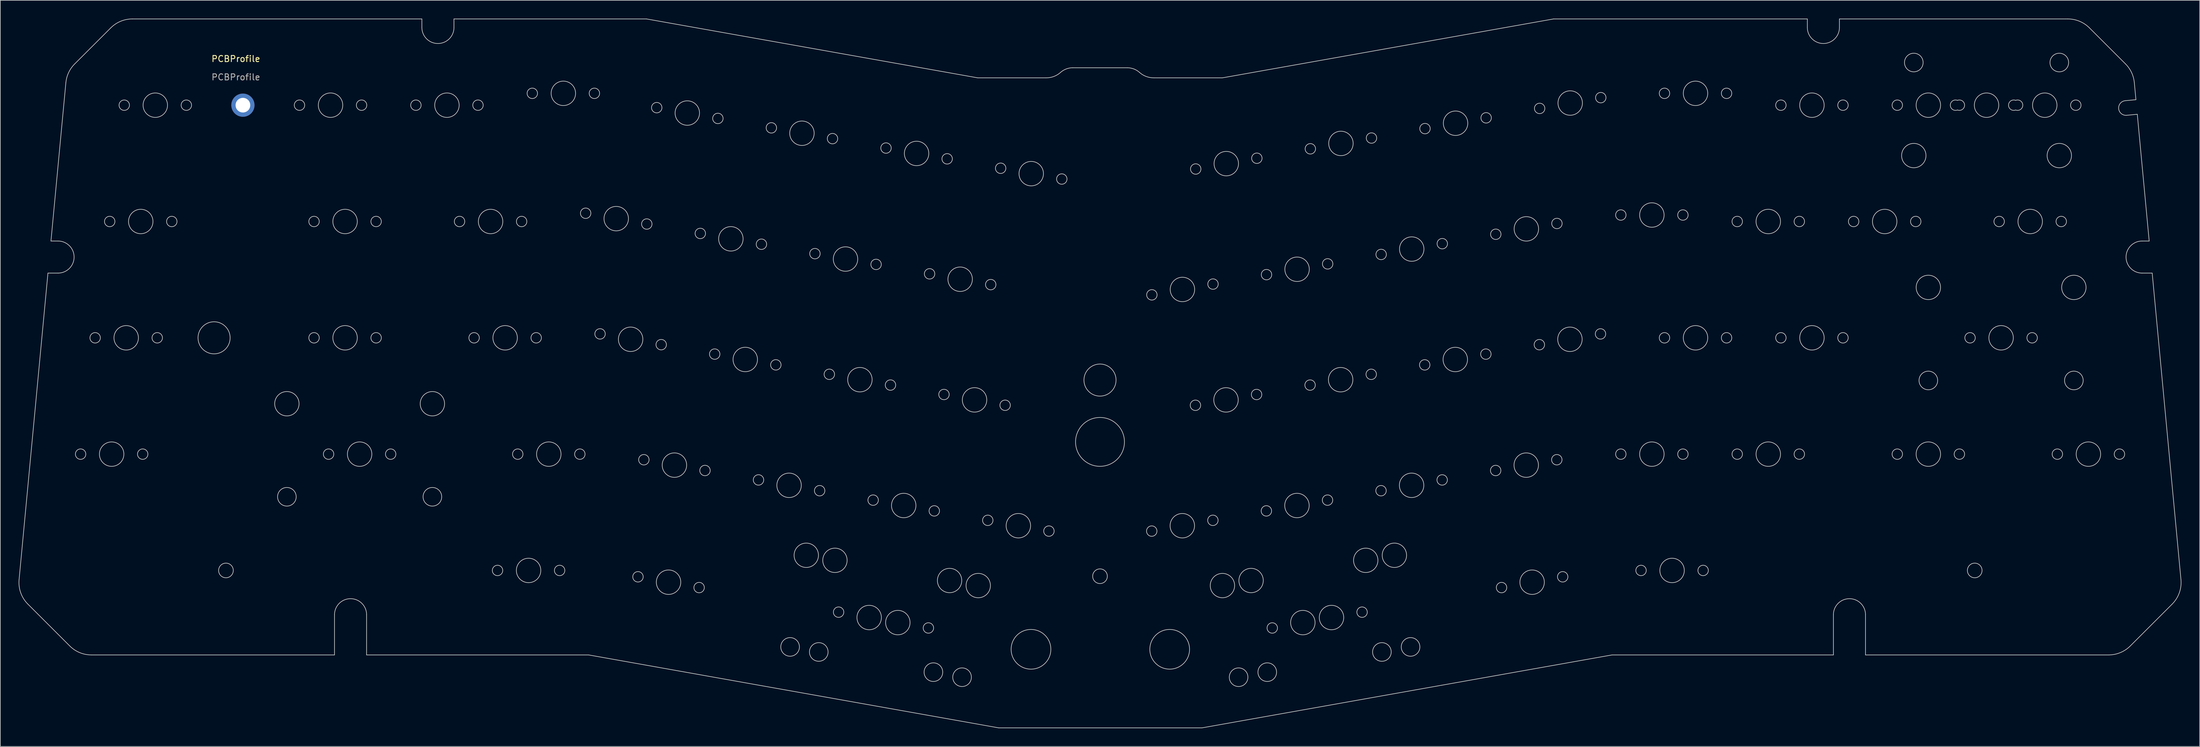
<source format=kicad_pcb>
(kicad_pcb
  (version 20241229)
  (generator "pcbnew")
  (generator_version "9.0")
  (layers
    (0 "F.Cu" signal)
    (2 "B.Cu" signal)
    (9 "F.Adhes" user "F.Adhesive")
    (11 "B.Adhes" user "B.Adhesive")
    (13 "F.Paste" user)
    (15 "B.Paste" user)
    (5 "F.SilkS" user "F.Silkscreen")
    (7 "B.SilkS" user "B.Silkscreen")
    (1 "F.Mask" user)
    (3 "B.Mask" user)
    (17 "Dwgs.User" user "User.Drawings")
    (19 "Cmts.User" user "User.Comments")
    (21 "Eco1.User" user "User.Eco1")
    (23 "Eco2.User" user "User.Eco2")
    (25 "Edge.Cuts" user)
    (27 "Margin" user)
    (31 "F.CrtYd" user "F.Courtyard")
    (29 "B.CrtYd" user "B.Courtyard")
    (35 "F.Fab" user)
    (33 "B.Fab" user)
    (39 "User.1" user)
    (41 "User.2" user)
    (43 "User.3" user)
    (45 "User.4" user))
  (footprint "PCBProfile"
    (layer "F.Cu")
    (at 36.702 14.175)
    (property "Reference" "PCBProfile" (at -1.157 -7.59 0) (unlocked yes) (layer "F.SilkS") (effects (font (size 1 1) (thickness 0.15))))
    (attr through_hole)
    (fp_line (start -35.187 81.717) (end -28.333 88.571) (stroke (width 0.1) (type solid)) (layer "Edge.Cuts"))
    (fp_line (start -31.906 27.5) (end -36.63 77.713) (stroke (width 0.1) (type solid)) (layer "Edge.Cuts"))
    (fp_line (start -31.412 22.25) (end -30.253 22.25) (stroke (width 0.1) (type solid)) (layer "Edge.Cuts"))
    (fp_line (start -30.253 27.5) (end -31.906 27.5) (stroke (width 0.1) (type solid)) (layer "Edge.Cuts"))
    (fp_line (start -28.972 -3.687) (end -31.412 22.25) (stroke (width 0.1) (type solid)) (layer "Edge.Cuts"))
    (fp_line (start -24.798 90.036) (end 14.989 90.036) (stroke (width 0.1) (type solid)) (layer "Edge.Cuts"))
    (fp_line (start -21.623 -12.661) (end -27.529 -6.754) (stroke (width 0.1) (type solid)) (layer "Edge.Cuts"))
    (fp_line (start 14.989 90.036) (end 14.989 83.45) (stroke (width 0.1) (type solid)) (layer "Edge.Cuts"))
    (fp_line (start 20.239 83.45) (end 20.239 90.036) (stroke (width 0.1) (type solid)) (layer "Edge.Cuts"))
    (fp_line (start 20.239 90.036) (end 56.573 90.036) (stroke (width 0.1) (type solid)) (layer "Edge.Cuts"))
    (fp_line (start 29.288 -14.125) (end -18.087 -14.125) (stroke (width 0.1) (type solid)) (layer "Edge.Cuts"))
    (fp_line (start 29.288 -12.725) (end 29.288 -14.125) (stroke (width 0.1) (type solid)) (layer "Edge.Cuts"))
    (fp_line (start 34.538 -14.125) (end 34.538 -12.725) (stroke (width 0.1) (type solid)) (layer "Edge.Cuts"))
    (fp_line (start 56.573 90.036) (end 123.69 101.982) (stroke (width 0.1) (type solid)) (layer "Edge.Cuts"))
    (fp_line (start 66.035 -14.125) (end 34.538 -14.125) (stroke (width 0.1) (type solid)) (layer "Edge.Cuts"))
    (fp_line (start 120.231 -4.478) (end 66.035 -14.125) (stroke (width 0.1) (type solid)) (layer "Edge.Cuts"))
    (fp_line (start 123.69 101.982) (end 156.935 101.982) (stroke (width 0.1) (type solid)) (layer "Edge.Cuts"))
    (fp_line (start 131.473 -4.478) (end 120.231 -4.478) (stroke (width 0.1) (type solid)) (layer "Edge.Cuts"))
    (fp_line (start 144.725 -6.128) (end 135.801 -6.128) (stroke (width 0.1) (type solid)) (layer "Edge.Cuts"))
    (fp_line (start 156.935 101.982) (end 224.052 90.036) (stroke (width 0.1) (type solid)) (layer "Edge.Cuts"))
    (fp_line (start 160.295 -4.478) (end 149.052 -4.478) (stroke (width 0.1) (type solid)) (layer "Edge.Cuts"))
    (fp_line (start 214.49 -14.125) (end 160.295 -4.478) (stroke (width 0.1) (type solid)) (layer "Edge.Cuts"))
    (fp_line (start 224.052 90.036) (end 260.277 90.036) (stroke (width 0.1) (type solid)) (layer "Edge.Cuts"))
    (fp_line (start 256.012 -14.125) (end 214.49 -14.125) (stroke (width 0.1) (type solid)) (layer "Edge.Cuts"))
    (fp_line (start 256.012 -12.725) (end 256.012 -14.125) (stroke (width 0.1) (type solid)) (layer "Edge.Cuts"))
    (fp_line (start 260.277 90.036) (end 260.277 83.45) (stroke (width 0.1) (type solid)) (layer "Edge.Cuts"))
    (fp_line (start 261.262 -14.125) (end 261.262 -12.725) (stroke (width 0.1) (type solid)) (layer "Edge.Cuts"))
    (fp_line (start 265.527 83.45) (end 265.527 90.036) (stroke (width 0.1) (type solid)) (layer "Edge.Cuts"))
    (fp_line (start 265.527 90.036) (end 305.319 90.036) (stroke (width 0.1) (type solid)) (layer "Edge.Cuts"))
    (fp_line (start 298.637 -14.125) (end 261.262 -14.125) (stroke (width 0.1) (type solid)) (layer "Edge.Cuts"))
    (fp_line (start 308.04 -0.735) (end 309.782 -0.898) (stroke (width 0.1) (type solid)) (layer "Edge.Cuts"))
    (fp_line (start 308.078 -6.755) (end 302.172 -12.661) (stroke (width 0.1) (type solid)) (layer "Edge.Cuts"))
    (fp_line (start 308.855 88.571) (end 315.709 81.716) (stroke (width 0.1) (type solid)) (layer "Edge.Cuts"))
    (fp_line (start 309.782 -0.898) (end 309.521 -3.686) (stroke (width 0.1) (type solid)) (layer "Edge.Cuts"))
    (fp_line (start 310.006 1.491) (end 308.264 1.655) (stroke (width 0.1) (type solid)) (layer "Edge.Cuts"))
    (fp_line (start 310.792 22.25) (end 311.952 22.25) (stroke (width 0.1) (type solid)) (layer "Edge.Cuts"))
    (fp_line (start 311.952 22.25) (end 310.006 1.491) (stroke (width 0.1) (type solid)) (layer "Edge.Cuts"))
    (fp_line (start 312.444 27.5) (end 310.792 27.5) (stroke (width 0.1) (type solid)) (layer "Edge.Cuts"))
    (fp_line (start 317.152 77.714) (end 312.444 27.5) (stroke (width 0.1) (type solid)) (layer "Edge.Cuts"))
    (fp_arc (start -35.187442 81.717178) (mid -36.355936 79.876376) (end -36.629926 77.713309) (stroke (width 0.1) (type solid)) (layer "Edge.Cuts"))
    (fp_arc (start -30.25268 22.25) (mid -27.62768 24.875) (end -30.25268 27.5) (stroke (width 0.1) (type solid)) (layer "Edge.Cuts"))
    (fp_arc (start -28.971748 -3.686812) (mid -28.518337 -5.346371) (end -27.529264 -6.754011) (stroke (width 0.1) (type solid)) (layer "Edge.Cuts"))
    (fp_arc (start -24.797953 90.035599) (mid -26.71137 89.654997) (end -28.333487 88.571133) (stroke (width 0.1) (type solid)) (layer "Edge.Cuts"))
    (fp_arc (start -21.622742 -12.660533) (mid -20.000625 -13.744397) (end -18.087208 -14.124999) (stroke (width 0.1) (type solid)) (layer "Edge.Cuts"))
    (fp_arc (start 14.989254 83.449999) (mid 17.614254 80.824999) (end 20.239254 83.449999) (stroke (width 0.1) (type solid)) (layer "Edge.Cuts"))
    (fp_arc (start 34.537791 -12.724999) (mid 31.912791 -10.099999) (end 29.287791 -12.724999) (stroke (width 0.1) (type solid)) (layer "Edge.Cuts"))
    (fp_arc (start 133.803192 -5.366731) (mid 134.731726 -5.931424) (end 135.800515 -6.128263) (stroke (width 0.1) (type solid)) (layer "Edge.Cuts"))
    (fp_arc (start 133.803192 -5.36673) (mid 132.719902 -4.707921) (end 131.472982 -4.478275) (stroke (width 0.1) (type solid)) (layer "Edge.Cuts"))
    (fp_arc (start 144.724878 -6.128236) (mid 145.793666 -5.931391) (end 146.722197 -5.366692) (stroke (width 0.1) (type solid)) (layer "Edge.Cuts"))
    (fp_arc (start 149.052402 -4.478224) (mid 147.805483 -4.707877) (end 146.722197 -5.366692) (stroke (width 0.1) (type solid)) (layer "Edge.Cuts"))
    (fp_arc (start 260.27745 83.45) (mid 262.90245 80.825) (end 265.52745 83.45) (stroke (width 0.1) (type solid)) (layer "Edge.Cuts"))
    (fp_arc (start 261.26165 -12.725) (mid 258.63665 -10.1) (end 256.01165 -12.725) (stroke (width 0.1) (type solid)) (layer "Edge.Cuts"))
    (fp_arc (start 280.57555 0.789445) (mid 279.407152 0) (end 280.575551 -0.789445) (stroke (width 0.1) (type solid)) (layer "Edge.Cuts"))
    (fp_arc (start 280.575552 -0.789445) (mid 281.74395 0) (end 280.575551 0.789445) (stroke (width 0.1) (type solid)) (layer "Edge.Cuts"))
    (fp_arc (start 290.10055 0.789445) (mid 288.932152 0) (end 290.100551 -0.789445) (stroke (width 0.1) (type solid)) (layer "Edge.Cuts"))
    (fp_arc (start 290.100552 -0.789445) (mid 291.26895 0) (end 290.100551 0.789445) (stroke (width 0.1) (type solid)) (layer "Edge.Cuts"))
    (fp_arc (start 298.636651 -14.124999) (mid 300.550068 -13.744396) (end 302.172184 -12.660533) (stroke (width 0.1) (type solid)) (layer "Edge.Cuts"))
    (fp_arc (start 308.077925 -6.754793) (mid 309.067345 -5.346416) (end 309.520562 -3.685972) (stroke (width 0.1) (type solid)) (layer "Edge.Cuts"))
    (fp_arc (start 308.263585 1.654673) (mid 306.956813 0.571925) (end 308.039561 -0.734847) (stroke (width 0.1) (type solid)) (layer "Edge.Cuts"))
    (fp_arc (start 308.854541 88.571133) (mid 307.232425 89.654996) (end 305.319008 90.035599) (stroke (width 0.1) (type solid)) (layer "Edge.Cuts"))
    (fp_arc (start 310.79207 27.499999) (mid 308.16707 24.874999) (end 310.79207 22.249999) (stroke (width 0.1) (type solid)) (layer "Edge.Cuts"))
    (fp_arc (start 317.151977 77.714087) (mid 316.877559 79.876298) (end 315.709341 81.716334) (stroke (width 0.1) (type solid)) (layer "Edge.Cuts"))
    (fp_circle (center -26.561 57.15) (end -27.412 57.15) (stroke (width 0.1) (type solid)) (fill no) (layer "Edge.Cuts"))
    (fp_circle (center -24.18 38.1) (end -25.031 38.1) (stroke (width 0.1) (type solid)) (fill no) (layer "Edge.Cuts"))
    (fp_circle (center -21.799 19.05) (end -22.65 19.05) (stroke (width 0.1) (type solid)) (fill no) (layer "Edge.Cuts"))
    (fp_circle (center -21.481 57.15) (end -23.481 57.15) (stroke (width 0.1) (type solid)) (fill no) (layer "Edge.Cuts"))
    (fp_circle (center -19.418 0) (end -20.268 0) (stroke (width 0.1) (type solid)) (fill no) (layer "Edge.Cuts"))
    (fp_circle (center -19.1 38.1) (end -21.1 38.1) (stroke (width 0.1) (type solid)) (fill no) (layer "Edge.Cuts"))
    (fp_circle (center -16.719 19.05) (end -18.719 19.05) (stroke (width 0.1) (type solid)) (fill no) (layer "Edge.Cuts"))
    (fp_circle (center -16.401 57.15) (end -17.252 57.15) (stroke (width 0.1) (type solid)) (fill no) (layer "Edge.Cuts"))
    (fp_circle (center -14.338 0) (end -16.338 0) (stroke (width 0.1) (type solid)) (fill no) (layer "Edge.Cuts"))
    (fp_circle (center -14.02 38.1) (end -14.871 38.1) (stroke (width 0.1) (type solid)) (fill no) (layer "Edge.Cuts"))
    (fp_circle (center -11.639 19.05) (end -12.49 19.05) (stroke (width 0.1) (type solid)) (fill no) (layer "Edge.Cuts"))
    (fp_circle (center -9.258 0) (end -10.108 0) (stroke (width 0.1) (type solid)) (fill no) (layer "Edge.Cuts"))
    (fp_circle (center -4.719 38.1) (end -7.344 38.1) (stroke (width 0.1) (type solid)) (fill no) (layer "Edge.Cuts"))
    (fp_circle (center -2.777 76.2) (end -3.977 76.2) (stroke (width 0.1) (type solid)) (fill no) (layer "Edge.Cuts"))
    (fp_circle (center 7.194 48.895) (end 5.2 48.895) (stroke (width 0.1) (type solid)) (fill no) (layer "Edge.Cuts"))
    (fp_circle (center 7.194 64.135) (end 5.67 64.135) (stroke (width 0.1) (type solid)) (fill no) (layer "Edge.Cuts"))
    (fp_circle (center 9.258 0) (end 8.407 0) (stroke (width 0.1) (type solid)) (fill no) (layer "Edge.Cuts"))
    (fp_circle (center 11.639 19.05) (end 10.788 19.05) (stroke (width 0.1) (type solid)) (fill no) (layer "Edge.Cuts"))
    (fp_circle (center 11.639 38.1) (end 10.788 38.1) (stroke (width 0.1) (type solid)) (fill no) (layer "Edge.Cuts"))
    (fp_circle (center 14.02 57.15) (end 13.169 57.15) (stroke (width 0.1) (type solid)) (fill no) (layer "Edge.Cuts"))
    (fp_circle (center 14.338 0) (end 12.338 0) (stroke (width 0.1) (type solid)) (fill no) (layer "Edge.Cuts"))
    (fp_circle (center 16.719 19.05) (end 14.719 19.05) (stroke (width 0.1) (type solid)) (fill no) (layer "Edge.Cuts"))
    (fp_circle (center 16.719 38.1) (end 14.719 38.1) (stroke (width 0.1) (type solid)) (fill no) (layer "Edge.Cuts"))
    (fp_circle (center 19.1 57.15) (end 17.1 57.15) (stroke (width 0.1) (type solid)) (fill no) (layer "Edge.Cuts"))
    (fp_circle (center 19.418 0) (end 18.567 0) (stroke (width 0.1) (type solid)) (fill no) (layer "Edge.Cuts"))
    (fp_circle (center 21.799 19.05) (end 20.948 19.05) (stroke (width 0.1) (type solid)) (fill no) (layer "Edge.Cuts"))
    (fp_circle (center 21.799 38.1) (end 20.948 38.1) (stroke (width 0.1) (type solid)) (fill no) (layer "Edge.Cuts"))
    (fp_circle (center 24.18 57.15) (end 23.329 57.15) (stroke (width 0.1) (type solid)) (fill no) (layer "Edge.Cuts"))
    (fp_circle (center 28.308 0) (end 27.457 0) (stroke (width 0.1) (type solid)) (fill no) (layer "Edge.Cuts"))
    (fp_circle (center 31.006 48.895) (end 29.012 48.895) (stroke (width 0.1) (type solid)) (fill no) (layer "Edge.Cuts"))
    (fp_circle (center 31.006 64.135) (end 29.482 64.135) (stroke (width 0.1) (type solid)) (fill no) (layer "Edge.Cuts"))
    (fp_circle (center 33.388 0) (end 31.388 0) (stroke (width 0.1) (type solid)) (fill no) (layer "Edge.Cuts"))
    (fp_circle (center 35.451 19.05) (end 34.6 19.05) (stroke (width 0.1) (type solid)) (fill no) (layer "Edge.Cuts"))
    (fp_circle (center 37.832 38.1) (end 36.982 38.1) (stroke (width 0.1) (type solid)) (fill no) (layer "Edge.Cuts"))
    (fp_circle (center 38.468 0) (end 37.617 0) (stroke (width 0.1) (type solid)) (fill no) (layer "Edge.Cuts"))
    (fp_circle (center 40.531 19.05) (end 38.531 19.05) (stroke (width 0.1) (type solid)) (fill no) (layer "Edge.Cuts"))
    (fp_circle (center 41.668 76.2) (end 40.817 76.2) (stroke (width 0.1) (type solid)) (fill no) (layer "Edge.Cuts"))
    (fp_circle (center 42.912 38.1) (end 40.912 38.1) (stroke (width 0.1) (type solid)) (fill no) (layer "Edge.Cuts"))
    (fp_circle (center 44.976 57.15) (end 44.125 57.15) (stroke (width 0.1) (type solid)) (fill no) (layer "Edge.Cuts"))
    (fp_circle (center 45.611 19.05) (end 44.76 19.05) (stroke (width 0.1) (type solid)) (fill no) (layer "Edge.Cuts"))
    (fp_circle (center 46.748 76.2) (end 44.748 76.2) (stroke (width 0.1) (type solid)) (fill no) (layer "Edge.Cuts"))
    (fp_circle (center 47.358 -1.94) (end 46.507 -1.94) (stroke (width 0.1) (type solid)) (fill no) (layer "Edge.Cuts"))
    (fp_circle (center 47.992 38.1) (end 47.142 38.1) (stroke (width 0.1) (type solid)) (fill no) (layer "Edge.Cuts"))
    (fp_circle (center 50.056 57.15) (end 48.056 57.15) (stroke (width 0.1) (type solid)) (fill no) (layer "Edge.Cuts"))
    (fp_circle (center 51.828 76.2) (end 50.977 76.2) (stroke (width 0.1) (type solid)) (fill no) (layer "Edge.Cuts"))
    (fp_circle (center 52.438 -1.94) (end 50.438 -1.94) (stroke (width 0.1) (type solid)) (fill no) (layer "Edge.Cuts"))
    (fp_circle (center 55.136 57.15) (end 54.285 57.15) (stroke (width 0.1) (type solid)) (fill no) (layer "Edge.Cuts"))
    (fp_circle (center 56.088 17.699) (end 55.237 17.699) (stroke (width 0.1) (type solid)) (fill no) (layer "Edge.Cuts"))
    (fp_circle (center 57.518 -1.94) (end 56.667 -1.94) (stroke (width 0.1) (type solid)) (fill no) (layer "Edge.Cuts"))
    (fp_circle (center 58.444 37.459) (end 57.593 37.459) (stroke (width 0.1) (type solid)) (fill no) (layer "Edge.Cuts"))
    (fp_circle (center 61.091 18.581) (end 59.091 18.581) (stroke (width 0.1) (type solid)) (fill no) (layer "Edge.Cuts"))
    (fp_circle (center 63.447 38.341) (end 61.447 38.341) (stroke (width 0.1) (type solid)) (fill no) (layer "Edge.Cuts"))
    (fp_circle (center 64.65 77.241) (end 63.799 77.241) (stroke (width 0.1) (type solid)) (fill no) (layer "Edge.Cuts"))
    (fp_circle (center 65.613 58.067) (end 64.762 58.067) (stroke (width 0.1) (type solid)) (fill no) (layer "Edge.Cuts"))
    (fp_circle (center 66.094 19.464) (end 65.243 19.464) (stroke (width 0.1) (type solid)) (fill no) (layer "Edge.Cuts"))
    (fp_circle (center 67.719 0.406) (end 66.868 0.406) (stroke (width 0.1) (type solid)) (fill no) (layer "Edge.Cuts"))
    (fp_circle (center 68.45 39.223) (end 67.599 39.223) (stroke (width 0.1) (type solid)) (fill no) (layer "Edge.Cuts"))
    (fp_circle (center 69.653 78.123) (end 67.653 78.123) (stroke (width 0.1) (type solid)) (fill no) (layer "Edge.Cuts"))
    (fp_circle (center 70.615 58.949) (end 68.615 58.949) (stroke (width 0.1) (type solid)) (fill no) (layer "Edge.Cuts"))
    (fp_circle (center 72.722 1.288) (end 70.722 1.288) (stroke (width 0.1) (type solid)) (fill no) (layer "Edge.Cuts"))
    (fp_circle (center 74.655 79.005) (end 73.804 79.005) (stroke (width 0.1) (type solid)) (fill no) (layer "Edge.Cuts"))
    (fp_circle (center 74.849 21.007) (end 73.998 21.007) (stroke (width 0.1) (type solid)) (fill no) (layer "Edge.Cuts"))
    (fp_circle (center 75.618 59.831) (end 74.767 59.831) (stroke (width 0.1) (type solid)) (fill no) (layer "Edge.Cuts"))
    (fp_circle (center 77.205 40.767) (end 76.354 40.767) (stroke (width 0.1) (type solid)) (fill no) (layer "Edge.Cuts"))
    (fp_circle (center 77.725 2.171) (end 76.874 2.171) (stroke (width 0.1) (type solid)) (fill no) (layer "Edge.Cuts"))
    (fp_circle (center 79.851 21.89) (end 77.851 21.89) (stroke (width 0.1) (type solid)) (fill no) (layer "Edge.Cuts"))
    (fp_circle (center 82.208 41.649) (end 80.208 41.649) (stroke (width 0.1) (type solid)) (fill no) (layer "Edge.Cuts"))
    (fp_circle (center 84.373 61.375) (end 83.522 61.375) (stroke (width 0.1) (type solid)) (fill no) (layer "Edge.Cuts"))
    (fp_circle (center 84.854 22.772) (end 84.003 22.772) (stroke (width 0.1) (type solid)) (fill no) (layer "Edge.Cuts"))
    (fp_circle (center 86.48 3.714) (end 85.629 3.714) (stroke (width 0.1) (type solid)) (fill no) (layer "Edge.Cuts"))
    (fp_circle (center 87.21 42.531) (end 86.359 42.531) (stroke (width 0.1) (type solid)) (fill no) (layer "Edge.Cuts"))
    (fp_circle (center 89.376 62.257) (end 87.376 62.257) (stroke (width 0.1) (type solid)) (fill no) (layer "Edge.Cuts"))
    (fp_circle (center 89.545 88.723) (end 88.021 88.723) (stroke (width 0.1) (type solid)) (fill no) (layer "Edge.Cuts"))
    (fp_circle (center 91.482 4.596) (end 89.482 4.596) (stroke (width 0.1) (type solid)) (fill no) (layer "Edge.Cuts"))
    (fp_circle (center 92.192 73.715) (end 90.198 73.715) (stroke (width 0.1) (type solid)) (fill no) (layer "Edge.Cuts"))
    (fp_circle (center 93.609 24.315) (end 92.758 24.315) (stroke (width 0.1) (type solid)) (fill no) (layer "Edge.Cuts"))
    (fp_circle (center 94.235 89.55) (end 92.711 89.55) (stroke (width 0.1) (type solid)) (fill no) (layer "Edge.Cuts"))
    (fp_circle (center 94.379 63.139) (end 93.528 63.139) (stroke (width 0.1) (type solid)) (fill no) (layer "Edge.Cuts"))
    (fp_circle (center 95.965 44.075) (end 95.114 44.075) (stroke (width 0.1) (type solid)) (fill no) (layer "Edge.Cuts"))
    (fp_circle (center 96.485 5.479) (end 95.634 5.479) (stroke (width 0.1) (type solid)) (fill no) (layer "Edge.Cuts"))
    (fp_circle (center 96.882 74.542) (end 94.888 74.542) (stroke (width 0.1) (type solid)) (fill no) (layer "Edge.Cuts"))
    (fp_circle (center 97.481 83.03) (end 96.63 83.03) (stroke (width 0.1) (type solid)) (fill no) (layer "Edge.Cuts"))
    (fp_circle (center 98.612 25.198) (end 96.612 25.198) (stroke (width 0.1) (type solid)) (fill no) (layer "Edge.Cuts"))
    (fp_circle (center 100.968 44.957) (end 98.968 44.957) (stroke (width 0.1) (type solid)) (fill no) (layer "Edge.Cuts"))
    (fp_circle (center 102.484 83.912) (end 100.484 83.912) (stroke (width 0.1) (type solid)) (fill no) (layer "Edge.Cuts"))
    (fp_circle (center 103.134 64.683) (end 102.283 64.683) (stroke (width 0.1) (type solid)) (fill no) (layer "Edge.Cuts"))
    (fp_circle (center 103.615 26.08) (end 102.764 26.08) (stroke (width 0.1) (type solid)) (fill no) (layer "Edge.Cuts"))
    (fp_circle (center 105.24 7.022) (end 104.389 7.022) (stroke (width 0.1) (type solid)) (fill no) (layer "Edge.Cuts"))
    (fp_circle (center 105.971 45.839) (end 105.12 45.839) (stroke (width 0.1) (type solid)) (fill no) (layer "Edge.Cuts"))
    (fp_circle (center 107.174 84.739) (end 105.174 84.739) (stroke (width 0.1) (type solid)) (fill no) (layer "Edge.Cuts"))
    (fp_circle (center 108.137 65.565) (end 106.137 65.565) (stroke (width 0.1) (type solid)) (fill no) (layer "Edge.Cuts"))
    (fp_circle (center 110.243 7.904) (end 108.243 7.904) (stroke (width 0.1) (type solid)) (fill no) (layer "Edge.Cuts"))
    (fp_circle (center 112.177 85.621) (end 111.326 85.621) (stroke (width 0.1) (type solid)) (fill no) (layer "Edge.Cuts"))
    (fp_circle (center 112.37 27.623) (end 111.519 27.623) (stroke (width 0.1) (type solid)) (fill no) (layer "Edge.Cuts"))
    (fp_circle (center 112.996 92.858) (end 111.472 92.858) (stroke (width 0.1) (type solid)) (fill no) (layer "Edge.Cuts"))
    (fp_circle (center 113.139 66.447) (end 112.289 66.447) (stroke (width 0.1) (type solid)) (fill no) (layer "Edge.Cuts"))
    (fp_circle (center 114.726 47.383) (end 113.875 47.383) (stroke (width 0.1) (type solid)) (fill no) (layer "Edge.Cuts"))
    (fp_circle (center 115.246 8.787) (end 114.395 8.787) (stroke (width 0.1) (type solid)) (fill no) (layer "Edge.Cuts"))
    (fp_circle (center 115.642 77.85) (end 113.649 77.85) (stroke (width 0.1) (type solid)) (fill no) (layer "Edge.Cuts"))
    (fp_circle (center 117.373 28.505) (end 115.373 28.505) (stroke (width 0.1) (type solid)) (fill no) (layer "Edge.Cuts"))
    (fp_circle (center 117.686 93.685) (end 116.162 93.685) (stroke (width 0.1) (type solid)) (fill no) (layer "Edge.Cuts"))
    (fp_circle (center 119.729 48.265) (end 117.729 48.265) (stroke (width 0.1) (type solid)) (fill no) (layer "Edge.Cuts"))
    (fp_circle (center 120.333 78.677) (end 118.339 78.677) (stroke (width 0.1) (type solid)) (fill no) (layer "Edge.Cuts"))
    (fp_circle (center 121.894 67.991) (end 121.044 67.991) (stroke (width 0.1) (type solid)) (fill no) (layer "Edge.Cuts"))
    (fp_circle (center 122.375 29.388) (end 121.524 29.388) (stroke (width 0.1) (type solid)) (fill no) (layer "Edge.Cuts"))
    (fp_circle (center 124.001 10.33) (end 123.15 10.33) (stroke (width 0.1) (type solid)) (fill no) (layer "Edge.Cuts"))
    (fp_circle (center 124.732 49.147) (end 123.881 49.147) (stroke (width 0.1) (type solid)) (fill no) (layer "Edge.Cuts"))
    (fp_circle (center 126.897 68.873) (end 124.897 68.873) (stroke (width 0.1) (type solid)) (fill no) (layer "Edge.Cuts"))
    (fp_circle (center 128.964 89.114) (end 125.714 89.114) (stroke (width 0.1) (type solid)) (fill no) (layer "Edge.Cuts"))
    (fp_circle (center 129.004 11.213) (end 127.004 11.213) (stroke (width 0.1) (type solid)) (fill no) (layer "Edge.Cuts"))
    (fp_circle (center 131.9 69.755) (end 131.049 69.755) (stroke (width 0.1) (type solid)) (fill no) (layer "Edge.Cuts"))
    (fp_circle (center 134.006 12.095) (end 133.156 12.095) (stroke (width 0.1) (type solid)) (fill no) (layer "Edge.Cuts"))
    (fp_circle (center 140.258 45.022) (end 137.633 45.022) (stroke (width 0.1) (type solid)) (fill no) (layer "Edge.Cuts"))
    (fp_circle (center 140.258 55.146) (end 136.258 55.146) (stroke (width 0.1) (type solid)) (fill no) (layer "Edge.Cuts"))
    (fp_circle (center 140.258 77.146) (end 139.058 77.146) (stroke (width 0.1) (type solid)) (fill no) (layer "Edge.Cuts"))
    (fp_circle (center 148.726 69.755) (end 147.875 69.755) (stroke (width 0.1) (type solid)) (fill no) (layer "Edge.Cuts"))
    (fp_circle (center 148.746 31.064) (end 147.895 31.064) (stroke (width 0.1) (type solid)) (fill no) (layer "Edge.Cuts"))
    (fp_circle (center 151.662 89.114) (end 148.412 89.114) (stroke (width 0.1) (type solid)) (fill no) (layer "Edge.Cuts"))
    (fp_circle (center 153.728 68.873) (end 151.728 68.873) (stroke (width 0.1) (type solid)) (fill no) (layer "Edge.Cuts"))
    (fp_circle (center 153.748 30.181) (end 151.748 30.181) (stroke (width 0.1) (type solid)) (fill no) (layer "Edge.Cuts"))
    (fp_circle (center 155.876 49.15) (end 155.025 49.15) (stroke (width 0.1) (type solid)) (fill no) (layer "Edge.Cuts"))
    (fp_circle (center 155.921 10.454) (end 155.07 10.454) (stroke (width 0.1) (type solid)) (fill no) (layer "Edge.Cuts"))
    (fp_circle (center 158.731 67.991) (end 157.88 67.991) (stroke (width 0.1) (type solid)) (fill no) (layer "Edge.Cuts"))
    (fp_circle (center 158.751 29.299) (end 157.9 29.299) (stroke (width 0.1) (type solid)) (fill no) (layer "Edge.Cuts"))
    (fp_circle (center 160.293 78.677) (end 158.299 78.677) (stroke (width 0.1) (type solid)) (fill no) (layer "Edge.Cuts"))
    (fp_circle (center 160.879 48.268) (end 158.879 48.268) (stroke (width 0.1) (type solid)) (fill no) (layer "Edge.Cuts"))
    (fp_circle (center 160.924 9.572) (end 158.924 9.572) (stroke (width 0.1) (type solid)) (fill no) (layer "Edge.Cuts"))
    (fp_circle (center 162.94 93.685) (end 161.416 93.685) (stroke (width 0.1) (type solid)) (fill no) (layer "Edge.Cuts"))
    (fp_circle (center 164.983 77.85) (end 162.989 77.85) (stroke (width 0.1) (type solid)) (fill no) (layer "Edge.Cuts"))
    (fp_circle (center 165.882 47.386) (end 165.031 47.386) (stroke (width 0.1) (type solid)) (fill no) (layer "Edge.Cuts"))
    (fp_circle (center 165.926 8.69) (end 165.075 8.69) (stroke (width 0.1) (type solid)) (fill no) (layer "Edge.Cuts"))
    (fp_circle (center 167.486 66.447) (end 166.635 66.447) (stroke (width 0.1) (type solid)) (fill no) (layer "Edge.Cuts"))
    (fp_circle (center 167.506 27.756) (end 166.655 27.756) (stroke (width 0.1) (type solid)) (fill no) (layer "Edge.Cuts"))
    (fp_circle (center 167.63 92.858) (end 166.106 92.858) (stroke (width 0.1) (type solid)) (fill no) (layer "Edge.Cuts"))
    (fp_circle (center 168.449 85.621) (end 167.598 85.621) (stroke (width 0.1) (type solid)) (fill no) (layer "Edge.Cuts"))
    (fp_circle (center 172.489 65.565) (end 170.489 65.565) (stroke (width 0.1) (type solid)) (fill no) (layer "Edge.Cuts"))
    (fp_circle (center 172.509 26.873) (end 170.509 26.873) (stroke (width 0.1) (type solid)) (fill no) (layer "Edge.Cuts"))
    (fp_circle (center 173.452 84.739) (end 171.452 84.739) (stroke (width 0.1) (type solid)) (fill no) (layer "Edge.Cuts"))
    (fp_circle (center 174.637 45.842) (end 173.786 45.842) (stroke (width 0.1) (type solid)) (fill no) (layer "Edge.Cuts"))
    (fp_circle (center 174.681 7.146) (end 173.83 7.146) (stroke (width 0.1) (type solid)) (fill no) (layer "Edge.Cuts"))
    (fp_circle (center 177.492 64.683) (end 176.641 64.683) (stroke (width 0.1) (type solid)) (fill no) (layer "Edge.Cuts"))
    (fp_circle (center 177.512 25.991) (end 176.661 25.991) (stroke (width 0.1) (type solid)) (fill no) (layer "Edge.Cuts"))
    (fp_circle (center 178.142 83.912) (end 176.142 83.912) (stroke (width 0.1) (type solid)) (fill no) (layer "Edge.Cuts"))
    (fp_circle (center 179.639 44.96) (end 177.639 44.96) (stroke (width 0.1) (type solid)) (fill no) (layer "Edge.Cuts"))
    (fp_circle (center 179.684 6.264) (end 177.684 6.264) (stroke (width 0.1) (type solid)) (fill no) (layer "Edge.Cuts"))
    (fp_circle (center 183.145 83.03) (end 182.294 83.03) (stroke (width 0.1) (type solid)) (fill no) (layer "Edge.Cuts"))
    (fp_circle (center 183.744 74.542) (end 181.75 74.542) (stroke (width 0.1) (type solid)) (fill no) (layer "Edge.Cuts"))
    (fp_circle (center 184.642 44.078) (end 183.791 44.078) (stroke (width 0.1) (type solid)) (fill no) (layer "Edge.Cuts"))
    (fp_circle (center 184.687 5.382) (end 183.836 5.382) (stroke (width 0.1) (type solid)) (fill no) (layer "Edge.Cuts"))
    (fp_circle (center 186.247 63.139) (end 185.396 63.139) (stroke (width 0.1) (type solid)) (fill no) (layer "Edge.Cuts"))
    (fp_circle (center 186.267 24.448) (end 185.416 24.448) (stroke (width 0.1) (type solid)) (fill no) (layer "Edge.Cuts"))
    (fp_circle (center 186.39 89.55) (end 184.866 89.55) (stroke (width 0.1) (type solid)) (fill no) (layer "Edge.Cuts"))
    (fp_circle (center 188.434 73.715) (end 186.44 73.715) (stroke (width 0.1) (type solid)) (fill no) (layer "Edge.Cuts"))
    (fp_circle (center 191.08 88.723) (end 189.556 88.723) (stroke (width 0.1) (type solid)) (fill no) (layer "Edge.Cuts"))
    (fp_circle (center 191.25 62.257) (end 189.25 62.257) (stroke (width 0.1) (type solid)) (fill no) (layer "Edge.Cuts"))
    (fp_circle (center 191.27 23.565) (end 189.27 23.565) (stroke (width 0.1) (type solid)) (fill no) (layer "Edge.Cuts"))
    (fp_circle (center 193.397 42.534) (end 192.546 42.534) (stroke (width 0.1) (type solid)) (fill no) (layer "Edge.Cuts"))
    (fp_circle (center 193.442 3.838) (end 192.591 3.838) (stroke (width 0.1) (type solid)) (fill no) (layer "Edge.Cuts"))
    (fp_circle (center 196.252 61.375) (end 195.402 61.375) (stroke (width 0.1) (type solid)) (fill no) (layer "Edge.Cuts"))
    (fp_circle (center 196.272 22.683) (end 195.422 22.683) (stroke (width 0.1) (type solid)) (fill no) (layer "Edge.Cuts"))
    (fp_circle (center 198.4 41.652) (end 196.4 41.652) (stroke (width 0.1) (type solid)) (fill no) (layer "Edge.Cuts"))
    (fp_circle (center 198.445 2.956) (end 196.445 2.956) (stroke (width 0.1) (type solid)) (fill no) (layer "Edge.Cuts"))
    (fp_circle (center 203.403 40.77) (end 202.552 40.77) (stroke (width 0.1) (type solid)) (fill no) (layer "Edge.Cuts"))
    (fp_circle (center 203.448 2.074) (end 202.597 2.074) (stroke (width 0.1) (type solid)) (fill no) (layer "Edge.Cuts"))
    (fp_circle (center 205.007 59.831) (end 204.157 59.831) (stroke (width 0.1) (type solid)) (fill no) (layer "Edge.Cuts"))
    (fp_circle (center 205.027 21.14) (end 204.177 21.14) (stroke (width 0.1) (type solid)) (fill no) (layer "Edge.Cuts"))
    (fp_circle (center 205.97 79.005) (end 205.119 79.005) (stroke (width 0.1) (type solid)) (fill no) (layer "Edge.Cuts"))
    (fp_circle (center 210.01 58.949) (end 208.01 58.949) (stroke (width 0.1) (type solid)) (fill no) (layer "Edge.Cuts"))
    (fp_circle (center 210.03 20.257) (end 208.03 20.257) (stroke (width 0.1) (type solid)) (fill no) (layer "Edge.Cuts"))
    (fp_circle (center 210.973 78.123) (end 208.973 78.123) (stroke (width 0.1) (type solid)) (fill no) (layer "Edge.Cuts"))
    (fp_circle (center 212.158 39.226) (end 211.307 39.226) (stroke (width 0.1) (type solid)) (fill no) (layer "Edge.Cuts"))
    (fp_circle (center 212.203 0.53) (end 211.352 0.53) (stroke (width 0.1) (type solid)) (fill no) (layer "Edge.Cuts"))
    (fp_circle (center 215.013 58.067) (end 214.162 58.067) (stroke (width 0.1) (type solid)) (fill no) (layer "Edge.Cuts"))
    (fp_circle (center 215.033 19.375) (end 214.182 19.375) (stroke (width 0.1) (type solid)) (fill no) (layer "Edge.Cuts"))
    (fp_circle (center 215.976 77.241) (end 215.125 77.241) (stroke (width 0.1) (type solid)) (fill no) (layer "Edge.Cuts"))
    (fp_circle (center 217.161 38.344) (end 215.161 38.344) (stroke (width 0.1) (type solid)) (fill no) (layer "Edge.Cuts"))
    (fp_circle (center 217.205 -0.352) (end 215.205 -0.352) (stroke (width 0.1) (type solid)) (fill no) (layer "Edge.Cuts"))
    (fp_circle (center 222.163 37.462) (end 221.313 37.462) (stroke (width 0.1) (type solid)) (fill no) (layer "Edge.Cuts"))
    (fp_circle (center 222.208 -1.234) (end 221.357 -1.234) (stroke (width 0.1) (type solid)) (fill no) (layer "Edge.Cuts"))
    (fp_circle (center 225.489 17.989) (end 224.638 17.989) (stroke (width 0.1) (type solid)) (fill no) (layer "Edge.Cuts"))
    (fp_circle (center 225.489 57.15) (end 224.639 57.15) (stroke (width 0.1) (type solid)) (fill no) (layer "Edge.Cuts"))
    (fp_circle (center 228.797 76.2) (end 227.947 76.2) (stroke (width 0.1) (type solid)) (fill no) (layer "Edge.Cuts"))
    (fp_circle (center 230.569 17.989) (end 228.569 17.989) (stroke (width 0.1) (type solid)) (fill no) (layer "Edge.Cuts"))
    (fp_circle (center 230.569 57.15) (end 228.569 57.15) (stroke (width 0.1) (type solid)) (fill no) (layer "Edge.Cuts"))
    (fp_circle (center 232.633 -1.94) (end 231.782 -1.94) (stroke (width 0.1) (type solid)) (fill no) (layer "Edge.Cuts"))
    (fp_circle (center 232.633 38.1) (end 231.782 38.1) (stroke (width 0.1) (type solid)) (fill no) (layer "Edge.Cuts"))
    (fp_circle (center 233.877 76.2) (end 231.877 76.2) (stroke (width 0.1) (type solid)) (fill no) (layer "Edge.Cuts"))
    (fp_circle (center 235.649 17.989) (end 234.798 17.989) (stroke (width 0.1) (type solid)) (fill no) (layer "Edge.Cuts"))
    (fp_circle (center 235.649 57.15) (end 234.799 57.15) (stroke (width 0.1) (type solid)) (fill no) (layer "Edge.Cuts"))
    (fp_circle (center 237.713 -1.94) (end 235.713 -1.94) (stroke (width 0.1) (type solid)) (fill no) (layer "Edge.Cuts"))
    (fp_circle (center 237.713 38.1) (end 235.713 38.1) (stroke (width 0.1) (type solid)) (fill no) (layer "Edge.Cuts"))
    (fp_circle (center 238.957 76.2) (end 238.107 76.2) (stroke (width 0.1) (type solid)) (fill no) (layer "Edge.Cuts"))
    (fp_circle (center 242.793 -1.94) (end 241.942 -1.94) (stroke (width 0.1) (type solid)) (fill no) (layer "Edge.Cuts"))
    (fp_circle (center 242.793 38.1) (end 241.942 38.1) (stroke (width 0.1) (type solid)) (fill no) (layer "Edge.Cuts"))
    (fp_circle (center 244.539 19.05) (end 243.688 19.05) (stroke (width 0.1) (type solid)) (fill no) (layer "Edge.Cuts"))
    (fp_circle (center 244.539 57.15) (end 243.689 57.15) (stroke (width 0.1) (type solid)) (fill no) (layer "Edge.Cuts"))
    (fp_circle (center 249.619 19.05) (end 247.619 19.05) (stroke (width 0.1) (type solid)) (fill no) (layer "Edge.Cuts"))
    (fp_circle (center 249.619 57.15) (end 247.619 57.15) (stroke (width 0.1) (type solid)) (fill no) (layer "Edge.Cuts"))
    (fp_circle (center 251.683 0) (end 250.832 0) (stroke (width 0.1) (type solid)) (fill no) (layer "Edge.Cuts"))
    (fp_circle (center 251.683 38.1) (end 250.832 38.1) (stroke (width 0.1) (type solid)) (fill no) (layer "Edge.Cuts"))
    (fp_circle (center 254.699 19.05) (end 253.848 19.05) (stroke (width 0.1) (type solid)) (fill no) (layer "Edge.Cuts"))
    (fp_circle (center 254.699 57.15) (end 253.849 57.15) (stroke (width 0.1) (type solid)) (fill no) (layer "Edge.Cuts"))
    (fp_circle (center 256.763 0) (end 254.763 0) (stroke (width 0.1) (type solid)) (fill no) (layer "Edge.Cuts"))
    (fp_circle (center 256.763 38.1) (end 254.763 38.1) (stroke (width 0.1) (type solid)) (fill no) (layer "Edge.Cuts"))
    (fp_circle (center 261.843 0) (end 260.992 0) (stroke (width 0.1) (type solid)) (fill no) (layer "Edge.Cuts"))
    (fp_circle (center 261.843 38.1) (end 260.992 38.1) (stroke (width 0.1) (type solid)) (fill no) (layer "Edge.Cuts"))
    (fp_circle (center 263.589 19.05) (end 262.738 19.05) (stroke (width 0.1) (type solid)) (fill no) (layer "Edge.Cuts"))
    (fp_circle (center 268.669 19.05) (end 266.669 19.05) (stroke (width 0.1) (type solid)) (fill no) (layer "Edge.Cuts"))
    (fp_circle (center 270.733 0) (end 269.882 0) (stroke (width 0.1) (type solid)) (fill no) (layer "Edge.Cuts"))
    (fp_circle (center 270.733 57.15) (end 269.882 57.15) (stroke (width 0.1) (type solid)) (fill no) (layer "Edge.Cuts"))
    (fp_circle (center 273.432 -6.985) (end 271.908 -6.985) (stroke (width 0.1) (type solid)) (fill no) (layer "Edge.Cuts"))
    (fp_circle (center 273.432 8.255) (end 271.438 8.255) (stroke (width 0.1) (type solid)) (fill no) (layer "Edge.Cuts"))
    (fp_circle (center 273.749 19.05) (end 272.898 19.05) (stroke (width 0.1) (type solid)) (fill no) (layer "Edge.Cuts"))
    (fp_circle (center 275.813 0) (end 273.813 0) (stroke (width 0.1) (type solid)) (fill no) (layer "Edge.Cuts"))
    (fp_circle (center 275.813 29.845) (end 273.819 29.845) (stroke (width 0.1) (type solid)) (fill no) (layer "Edge.Cuts"))
    (fp_circle (center 275.813 45.085) (end 274.289 45.085) (stroke (width 0.1) (type solid)) (fill no) (layer "Edge.Cuts"))
    (fp_circle (center 275.813 57.15) (end 273.813 57.15) (stroke (width 0.1) (type solid)) (fill no) (layer "Edge.Cuts"))
    (fp_circle (center 280.893 57.15) (end 280.042 57.15) (stroke (width 0.1) (type solid)) (fill no) (layer "Edge.Cuts"))
    (fp_circle (center 282.639 38.1) (end 281.788 38.1) (stroke (width 0.1) (type solid)) (fill no) (layer "Edge.Cuts"))
    (fp_circle (center 283.402 76.2) (end 282.202 76.2) (stroke (width 0.1) (type solid)) (fill no) (layer "Edge.Cuts"))
    (fp_circle (center 285.338 0) (end 283.338 0) (stroke (width 0.1) (type solid)) (fill no) (layer "Edge.Cuts"))
    (fp_circle (center 287.402 19.05) (end 286.551 19.05) (stroke (width 0.1) (type solid)) (fill no) (layer "Edge.Cuts"))
    (fp_circle (center 287.719 38.1) (end 285.719 38.1) (stroke (width 0.1) (type solid)) (fill no) (layer "Edge.Cuts"))
    (fp_circle (center 292.482 19.05) (end 290.482 19.05) (stroke (width 0.1) (type solid)) (fill no) (layer "Edge.Cuts"))
    (fp_circle (center 292.799 38.1) (end 291.949 38.1) (stroke (width 0.1) (type solid)) (fill no) (layer "Edge.Cuts"))
    (fp_circle (center 294.863 0) (end 292.863 0) (stroke (width 0.1) (type solid)) (fill no) (layer "Edge.Cuts"))
    (fp_circle (center 296.927 57.15) (end 296.076 57.15) (stroke (width 0.1) (type solid)) (fill no) (layer "Edge.Cuts"))
    (fp_circle (center 297.244 -6.985) (end 295.72 -6.985) (stroke (width 0.1) (type solid)) (fill no) (layer "Edge.Cuts"))
    (fp_circle (center 297.244 8.255) (end 295.25 8.255) (stroke (width 0.1) (type solid)) (fill no) (layer "Edge.Cuts"))
    (fp_circle (center 297.562 19.05) (end 296.711 19.05) (stroke (width 0.1) (type solid)) (fill no) (layer "Edge.Cuts"))
    (fp_circle (center 299.626 29.845) (end 297.632 29.845) (stroke (width 0.1) (type solid)) (fill no) (layer "Edge.Cuts"))
    (fp_circle (center 299.626 45.085) (end 298.102 45.085) (stroke (width 0.1) (type solid)) (fill no) (layer "Edge.Cuts"))
    (fp_circle (center 299.943 0) (end 299.092 0) (stroke (width 0.1) (type solid)) (fill no) (layer "Edge.Cuts"))
    (fp_circle (center 302.007 57.15) (end 300.007 57.15) (stroke (width 0.1) (type solid)) (fill no) (layer "Edge.Cuts"))
    (fp_circle (center 307.087 57.15) (end 306.236 57.15) (stroke (width 0.1) (type solid)) (fill no) (layer "Edge.Cuts"))
    (fp_text user "${REFERENCE}" (at -1.157 -4.59 0) (unlocked yes) (layer "F.Fab") (effects (font (size 1 1) (thickness 0.15))))
    (pad "1" thru_hole circle (at 0 0) (size 3.8 3.8) (drill 2.4) (layers "*.Cu" "*.Mask")))
  (gr_rect
    (start -3 -3)
    (end 356.926 119.207)
    (stroke (width 0.1) (type default))
    (fill no)
    (layer "Edge.Cuts")))
</source>
